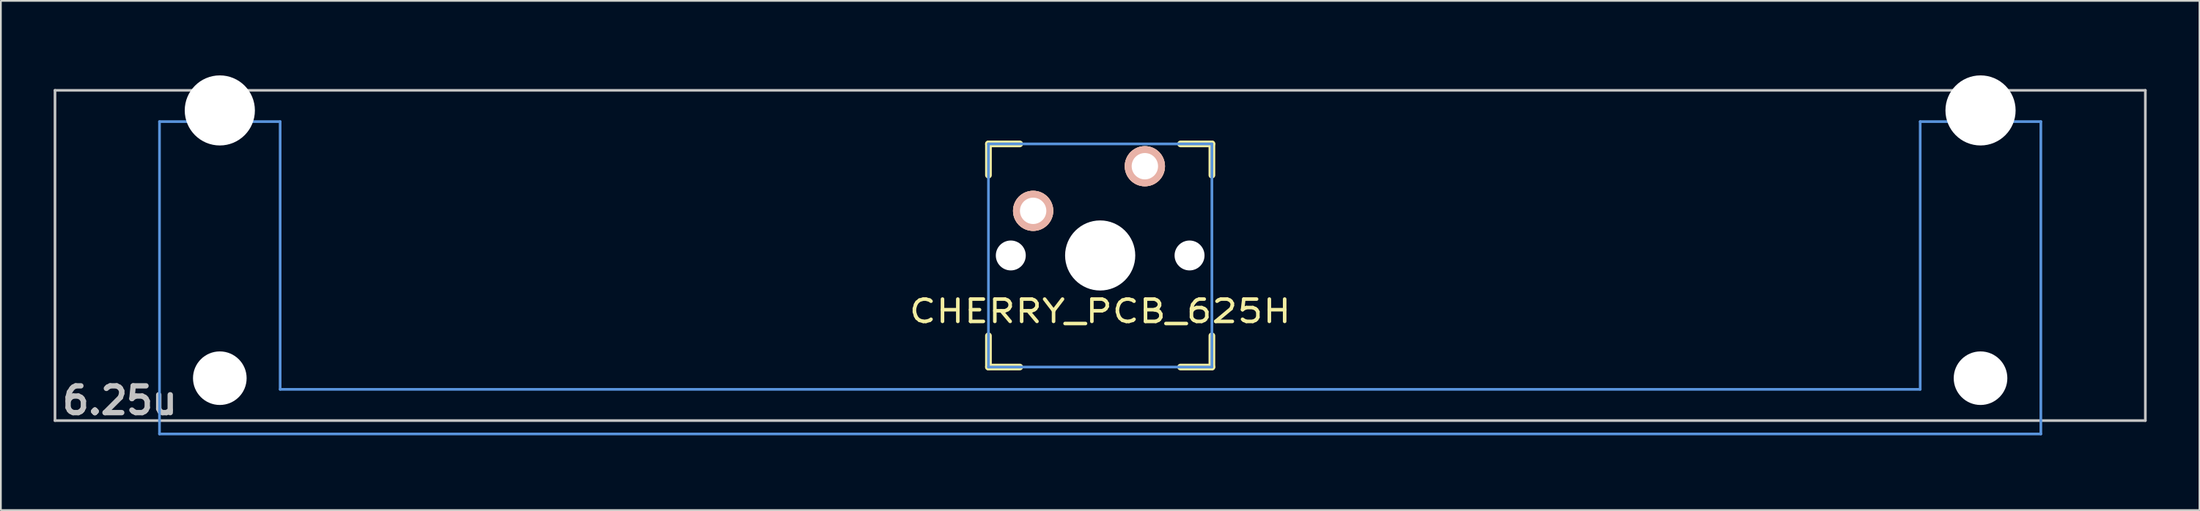
<source format=kicad_pcb>
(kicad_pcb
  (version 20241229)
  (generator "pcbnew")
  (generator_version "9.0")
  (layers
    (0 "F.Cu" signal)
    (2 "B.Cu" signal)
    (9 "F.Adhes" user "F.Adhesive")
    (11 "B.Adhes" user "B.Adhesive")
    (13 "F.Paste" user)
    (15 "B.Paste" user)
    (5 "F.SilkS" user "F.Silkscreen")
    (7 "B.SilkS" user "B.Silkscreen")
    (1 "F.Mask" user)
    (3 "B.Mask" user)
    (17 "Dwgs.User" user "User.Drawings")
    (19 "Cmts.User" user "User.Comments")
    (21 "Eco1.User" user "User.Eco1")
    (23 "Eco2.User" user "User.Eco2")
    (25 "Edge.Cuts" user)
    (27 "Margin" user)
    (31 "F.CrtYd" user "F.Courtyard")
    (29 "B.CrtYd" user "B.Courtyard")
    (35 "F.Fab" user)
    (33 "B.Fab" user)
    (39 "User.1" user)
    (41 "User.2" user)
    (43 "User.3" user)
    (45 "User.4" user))
  (footprint "CHERRY_PCB_625H"
    (layer "F.Cu")
    (at 59.482 11.49)
    (property "Reference" "CHERRY_PCB_625H" (at 0 3.175 0) (layer "F.SilkS") (effects (font (size 1.27 1.524) (thickness 0.203))))
    (attr through_hole)
    (fp_line (start -6.35 -6.35) (end -4.572 -6.35) (stroke (width 0.381) (type solid)) (layer "F.SilkS"))
    (fp_line (start -6.35 -4.572) (end -6.35 -6.35) (stroke (width 0.381) (type solid)) (layer "F.SilkS"))
    (fp_line (start -6.35 6.35) (end -6.35 4.572) (stroke (width 0.381) (type solid)) (layer "F.SilkS"))
    (fp_line (start -4.572 6.35) (end -6.35 6.35) (stroke (width 0.381) (type solid)) (layer "F.SilkS"))
    (fp_line (start 4.572 -6.35) (end 6.35 -6.35) (stroke (width 0.381) (type solid)) (layer "F.SilkS"))
    (fp_line (start 6.35 -6.35) (end 6.35 -4.572) (stroke (width 0.381) (type solid)) (layer "F.SilkS"))
    (fp_line (start 6.35 4.572) (end 6.35 6.35) (stroke (width 0.381) (type solid)) (layer "F.SilkS"))
    (fp_line (start 6.35 6.35) (end 4.572 6.35) (stroke (width 0.381) (type solid)) (layer "F.SilkS"))
    (fp_line (start -59.406 -9.398) (end 59.406 -9.398) (stroke (width 0.152) (type solid)) (layer "Dwgs.User"))
    (fp_line (start -59.406 9.398) (end -59.406 -9.398) (stroke (width 0.152) (type solid)) (layer "Dwgs.User"))
    (fp_line (start 59.406 -9.398) (end 59.406 9.398) (stroke (width 0.152) (type solid)) (layer "Dwgs.User"))
    (fp_line (start 59.406 9.398) (end -59.406 9.398) (stroke (width 0.152) (type solid)) (layer "Dwgs.User"))
    (fp_line (start -53.467 -7.62) (end -53.467 10.16) (stroke (width 0.152) (type solid)) (layer "Cmts.User"))
    (fp_line (start -53.467 10.16) (end 53.467 10.16) (stroke (width 0.152) (type solid)) (layer "Cmts.User"))
    (fp_line (start -46.609 -7.62) (end -53.467 -7.62) (stroke (width 0.152) (type solid)) (layer "Cmts.User"))
    (fp_line (start -46.609 7.62) (end -46.609 -7.62) (stroke (width 0.152) (type solid)) (layer "Cmts.User"))
    (fp_line (start -6.35 -6.35) (end 6.35 -6.35) (stroke (width 0.152) (type solid)) (layer "Cmts.User"))
    (fp_line (start -6.35 6.35) (end -6.35 -6.35) (stroke (width 0.152) (type solid)) (layer "Cmts.User"))
    (fp_line (start 6.35 -6.35) (end 6.35 6.35) (stroke (width 0.152) (type solid)) (layer "Cmts.User"))
    (fp_line (start 6.35 6.35) (end -6.35 6.35) (stroke (width 0.152) (type solid)) (layer "Cmts.User"))
    (fp_line (start 46.609 -7.62) (end 46.609 7.62) (stroke (width 0.152) (type solid)) (layer "Cmts.User"))
    (fp_line (start 46.609 7.62) (end -46.609 7.62) (stroke (width 0.152) (type solid)) (layer "Cmts.User"))
    (fp_line (start 53.467 -7.62) (end 46.609 -7.62) (stroke (width 0.152) (type solid)) (layer "Cmts.User"))
    (fp_line (start 53.467 10.16) (end 53.467 -7.62) (stroke (width 0.152) (type solid)) (layer "Cmts.User"))
    (fp_line (start -55.88 -11.43) (end -55.88 11.43) (stroke (width 0.12) (type solid)) (layer "Eco1.User"))
    (fp_line (start -55.88 11.43) (end -45.72 11.43) (stroke (width 0.12) (type solid)) (layer "Eco1.User"))
    (fp_line (start -45.72 -11.43) (end -55.88 -11.43) (stroke (width 0.12) (type solid)) (layer "Eco1.User"))
    (fp_line (start -45.72 -2.54) (end -45.72 -11.43) (stroke (width 0.12) (type solid)) (layer "Eco1.User"))
    (fp_line (start -45.72 2.54) (end 44.45 2.54) (stroke (width 0.12) (type solid)) (layer "Eco1.User"))
    (fp_line (start -45.72 11.43) (end -45.72 2.54) (stroke (width 0.12) (type solid)) (layer "Eco1.User"))
    (fp_line (start -6.9 -6.9) (end 6.9 -6.9) (stroke (width 0.15) (type solid)) (layer "Eco1.User"))
    (fp_line (start -6.9 6.9) (end -6.9 -6.9) (stroke (width 0.15) (type solid)) (layer "Eco1.User"))
    (fp_line (start 6.9 -6.9) (end 6.9 6.9) (stroke (width 0.15) (type solid)) (layer "Eco1.User"))
    (fp_line (start 6.9 6.9) (end -6.9 6.9) (stroke (width 0.15) (type solid)) (layer "Eco1.User"))
    (fp_line (start 44.45 -11.43) (end 44.45 -2.54) (stroke (width 0.12) (type solid)) (layer "Eco1.User"))
    (fp_line (start 44.45 -11.43) (end 55.88 -11.43) (stroke (width 0.12) (type solid)) (layer "Eco1.User"))
    (fp_line (start 44.45 -2.54) (end -45.72 -2.54) (stroke (width 0.12) (type solid)) (layer "Eco1.User"))
    (fp_line (start 44.45 2.54) (end 44.45 11.43) (stroke (width 0.12) (type solid)) (layer "Eco1.User"))
    (fp_line (start 44.45 11.43) (end 55.88 11.43) (stroke (width 0.12) (type solid)) (layer "Eco1.User"))
    (fp_line (start 55.88 11.43) (end 55.88 -11.43) (stroke (width 0.12) (type solid)) (layer "Eco1.User"))
    (fp_line (start -54.229 -2.286) (end -53.365 -2.286) (stroke (width 0.152) (type solid)) (layer "Eco2.User"))
    (fp_line (start -54.229 0.508) (end -54.229 -2.286) (stroke (width 0.152) (type solid)) (layer "Eco2.User"))
    (fp_line (start -53.365 -5.69) (end -46.711 -5.69) (stroke (width 0.152) (type solid)) (layer "Eco2.User"))
    (fp_line (start -53.365 -2.286) (end -53.365 -5.69) (stroke (width 0.152) (type solid)) (layer "Eco2.User"))
    (fp_line (start -53.365 0.508) (end -54.229 0.508) (stroke (width 0.152) (type solid)) (layer "Eco2.User"))
    (fp_line (start -53.365 6.604) (end -53.365 0.508) (stroke (width 0.152) (type solid)) (layer "Eco2.User"))
    (fp_line (start -52.324 6.604) (end -53.365 6.604) (stroke (width 0.152) (type solid)) (layer "Eco2.User"))
    (fp_line (start -52.324 7.772) (end -52.324 6.604) (stroke (width 0.152) (type solid)) (layer "Eco2.User"))
    (fp_line (start -47.752 6.604) (end -47.752 7.772) (stroke (width 0.152) (type solid)) (layer "Eco2.User"))
    (fp_line (start -47.752 7.772) (end -52.324 7.772) (stroke (width 0.152) (type solid)) (layer "Eco2.User"))
    (fp_line (start -46.711 -5.69) (end -46.711 -2.286) (stroke (width 0.152) (type solid)) (layer "Eco2.User"))
    (fp_line (start -46.711 -2.286) (end -6.985 -2.286) (stroke (width 0.152) (type solid)) (layer "Eco2.User"))
    (fp_line (start -46.711 2.286) (end -46.711 6.604) (stroke (width 0.152) (type solid)) (layer "Eco2.User"))
    (fp_line (start -46.711 6.604) (end -47.752 6.604) (stroke (width 0.152) (type solid)) (layer "Eco2.User"))
    (fp_line (start -6.985 -6.985) (end 6.985 -6.985) (stroke (width 0.152) (type solid)) (layer "Eco2.User"))
    (fp_line (start -6.985 -2.286) (end -6.985 -6.985) (stroke (width 0.152) (type solid)) (layer "Eco2.User"))
    (fp_line (start -6.985 2.286) (end -46.711 2.286) (stroke (width 0.152) (type solid)) (layer "Eco2.User"))
    (fp_line (start -6.985 6.985) (end -6.985 2.286) (stroke (width 0.152) (type solid)) (layer "Eco2.User"))
    (fp_line (start 6.985 -6.985) (end 6.985 -2.286) (stroke (width 0.152) (type solid)) (layer "Eco2.User"))
    (fp_line (start 6.985 -2.286) (end 46.711 -2.286) (stroke (width 0.152) (type solid)) (layer "Eco2.User"))
    (fp_line (start 6.985 2.286) (end 6.985 6.985) (stroke (width 0.152) (type solid)) (layer "Eco2.User"))
    (fp_line (start 6.985 6.985) (end -6.985 6.985) (stroke (width 0.152) (type solid)) (layer "Eco2.User"))
    (fp_line (start 46.711 -5.69) (end 53.365 -5.69) (stroke (width 0.152) (type solid)) (layer "Eco2.User"))
    (fp_line (start 46.711 -2.286) (end 46.711 -5.69) (stroke (width 0.152) (type solid)) (layer "Eco2.User"))
    (fp_line (start 46.711 2.286) (end 6.985 2.286) (stroke (width 0.152) (type solid)) (layer "Eco2.User"))
    (fp_line (start 46.711 6.604) (end 46.711 2.286) (stroke (width 0.152) (type solid)) (layer "Eco2.User"))
    (fp_line (start 47.752 6.604) (end 46.711 6.604) (stroke (width 0.152) (type solid)) (layer "Eco2.User"))
    (fp_line (start 47.752 7.772) (end 47.752 6.604) (stroke (width 0.152) (type solid)) (layer "Eco2.User"))
    (fp_line (start 52.324 6.604) (end 52.324 7.772) (stroke (width 0.152) (type solid)) (layer "Eco2.User"))
    (fp_line (start 52.324 7.772) (end 47.752 7.772) (stroke (width 0.152) (type solid)) (layer "Eco2.User"))
    (fp_line (start 53.365 -5.69) (end 53.365 -2.286) (stroke (width 0.152) (type solid)) (layer "Eco2.User"))
    (fp_line (start 53.365 -2.286) (end 54.229 -2.286) (stroke (width 0.152) (type solid)) (layer "Eco2.User"))
    (fp_line (start 53.365 0.508) (end 53.365 6.604) (stroke (width 0.152) (type solid)) (layer "Eco2.User"))
    (fp_line (start 53.365 6.604) (end 52.324 6.604) (stroke (width 0.152) (type solid)) (layer "Eco2.User"))
    (fp_line (start 54.229 -2.286) (end 54.229 0.508) (stroke (width 0.152) (type solid)) (layer "Eco2.User"))
    (fp_line (start 54.229 0.508) (end 53.365 0.508) (stroke (width 0.152) (type solid)) (layer "Eco2.User"))
    (fp_text user "6.25u" (at -55.723 8.255 0) (layer "Dwgs.User") (effects (font (size 1.524 1.524) (thickness 0.305))))
    (pad "" np_thru_hole circle (at -50.038 -8.255) (size 3.988 3.988) (drill 3.988) (layers "*.Cu"))
    (pad "" np_thru_hole circle (at -50.038 6.985) (size 3.048 3.048) (drill 3.048) (layers "*.Cu"))
    (pad "" np_thru_hole circle (at -5.08 0) (size 1.702 1.702) (drill 1.702) (layers "*.Cu"))
    (pad "" np_thru_hole circle (at 0 0) (size 3.988 3.988) (drill 3.988) (layers "*.Cu"))
    (pad "" np_thru_hole circle (at 5.08 0) (size 1.702 1.702) (drill 1.702) (layers "*.Cu"))
    (pad "" np_thru_hole circle (at 50.038 -8.255) (size 3.988 3.988) (drill 3.988) (layers "*.Cu"))
    (pad "" np_thru_hole circle (at 50.038 6.985) (size 3.048 3.048) (drill 3.048) (layers "*.Cu"))
    (pad "1" thru_hole circle (at 2.54 -5.08) (size 2.286 2.286) (drill 1.499) (layers "*.Cu" "*.SilkS" "*.Mask"))
    (pad "2" thru_hole circle (at -3.81 -2.54) (size 2.286 2.286) (drill 1.499) (layers "*.Cu" "*.SilkS" "*.Mask")))
  (gr_rect
    (start -3 -3)
    (end 121.963 25.98)
    (stroke (width 0.1) (type default))
    (fill no)
    (layer "Edge.Cuts")))
</source>
